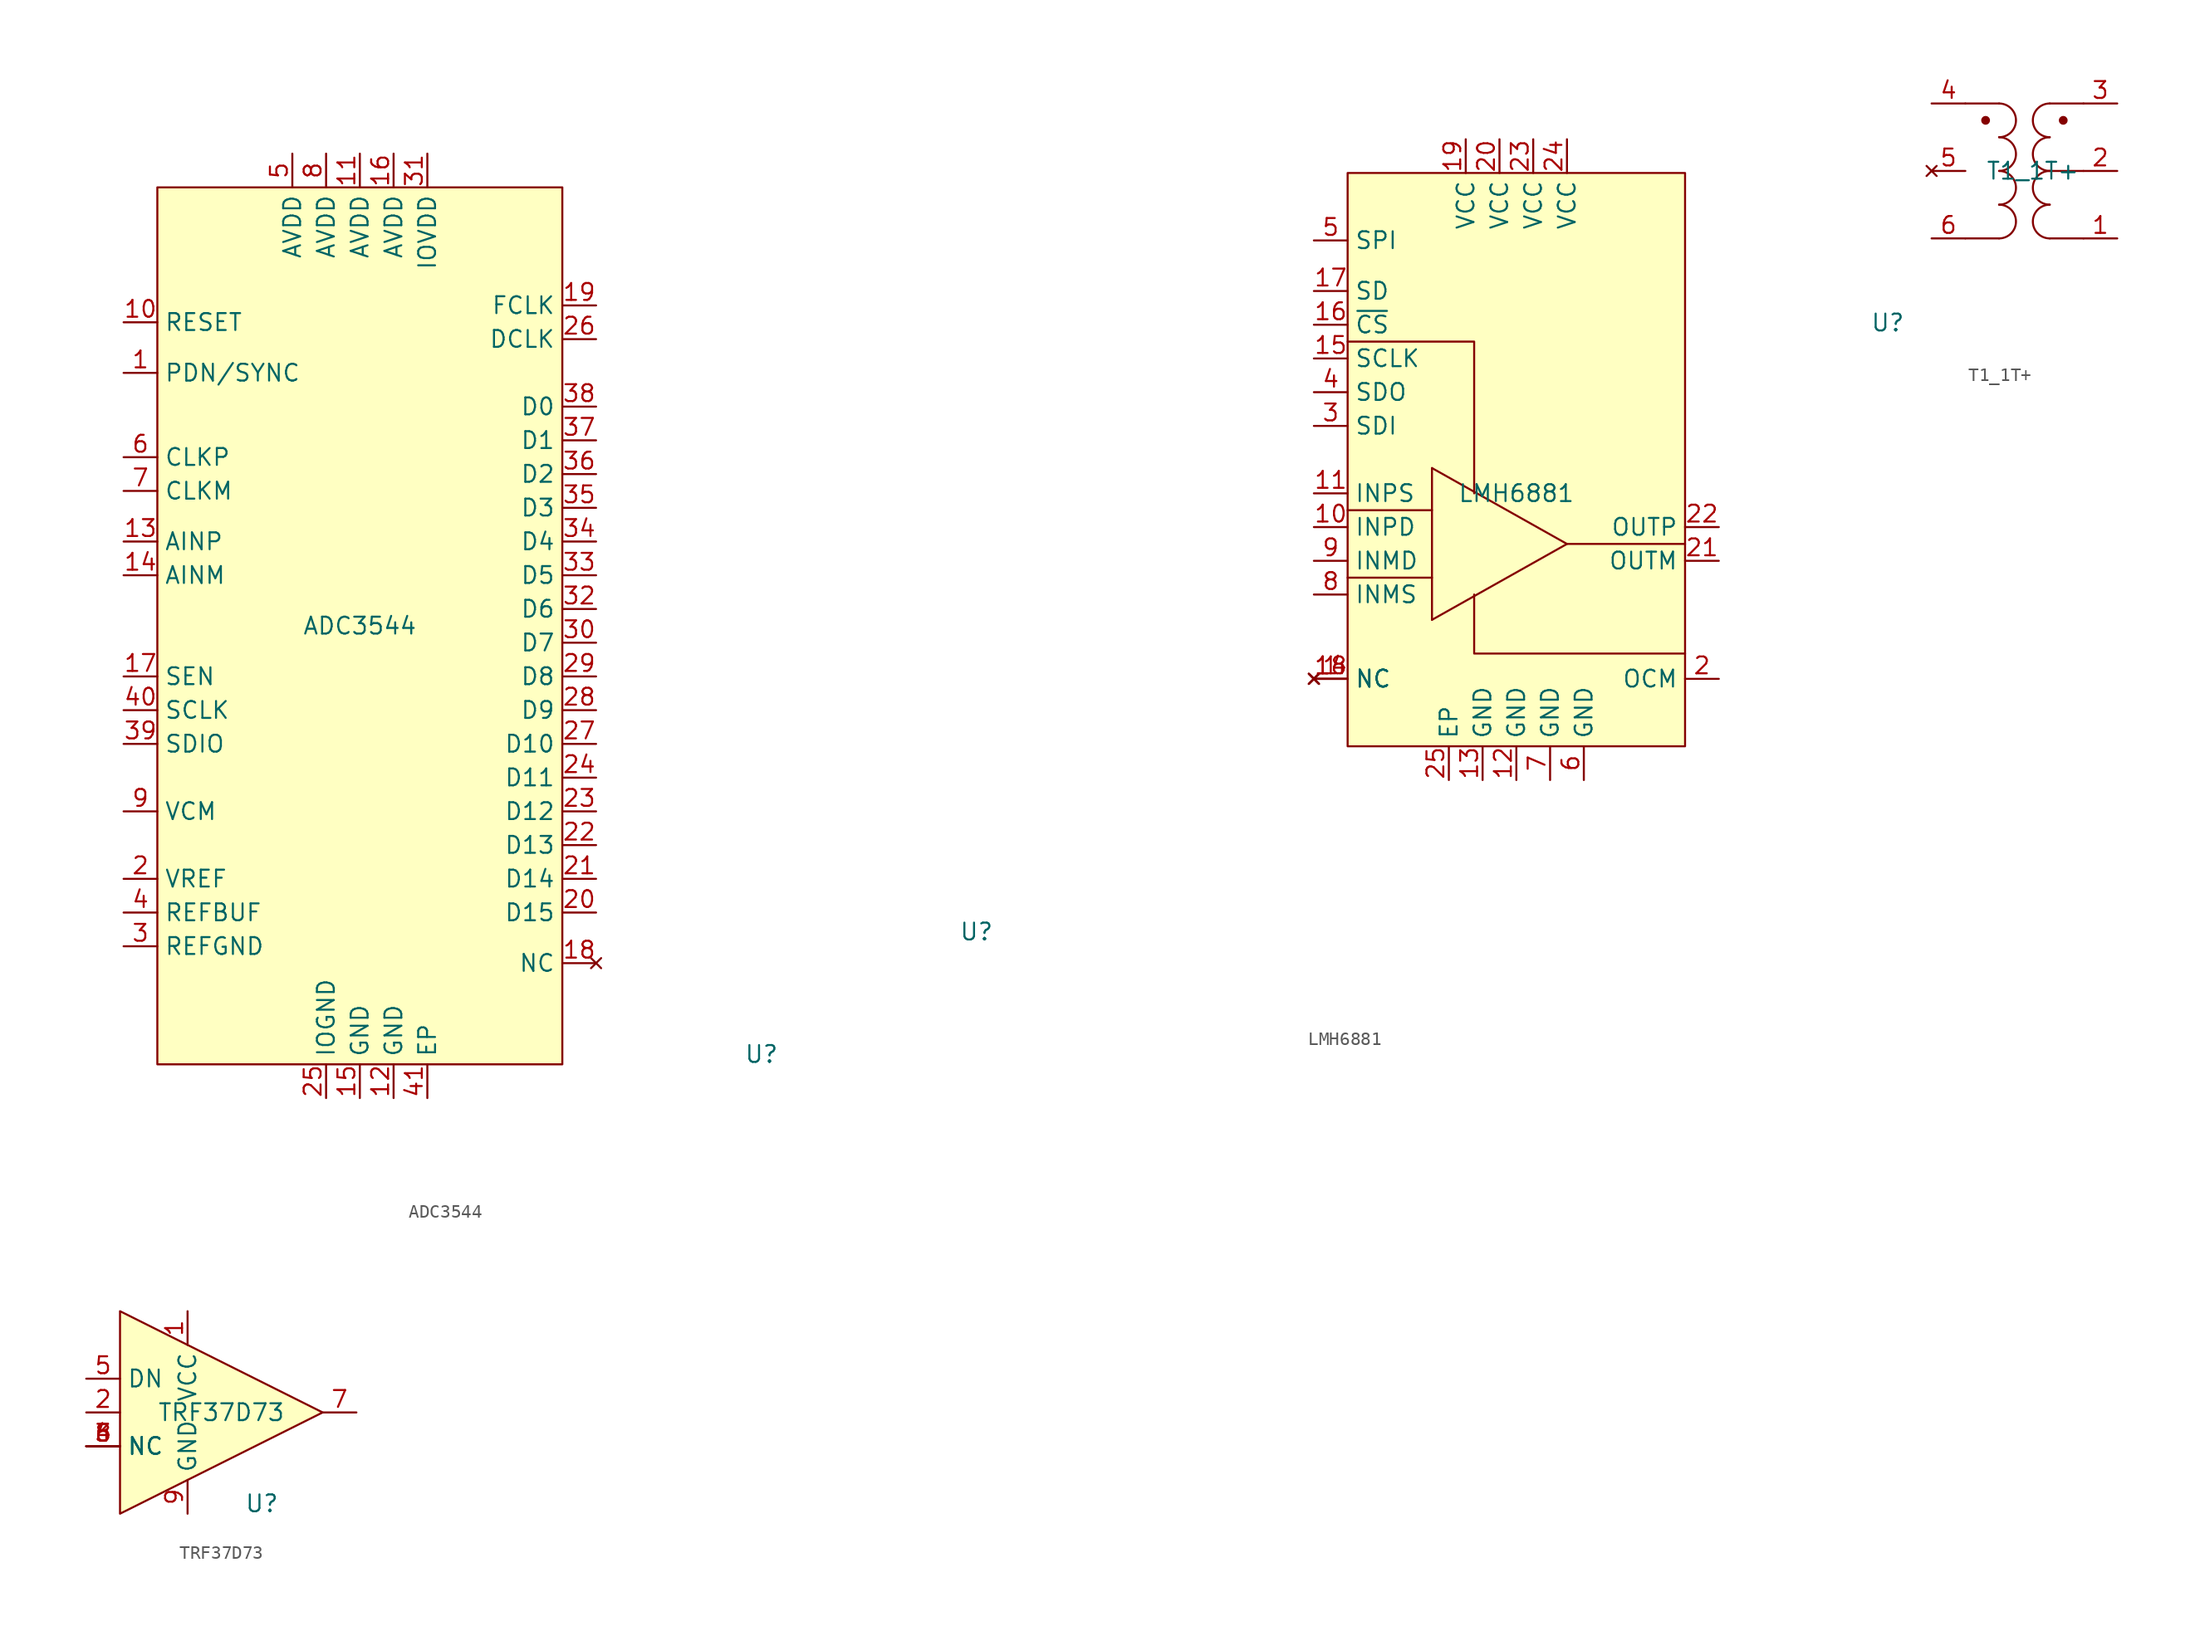
<source format=kicad_sym>
(kicad_symbol_lib
  (version 20241209)
  (generator "kicad_symbol_editor")
  (generator_version "9.0")
  (symbol "ADC3544"
    (property "Reference" "U"
      (at 30.226 -32.258 0)
      (effects (font (size 1.27 1.27))))
    (property "Value" "ADC3544"
      (at 0 0 0)
      (effects (font (size 1.27 1.27))))
    (symbol "ADC3544_0_0"
      (pin input line (at -17.78 22.86 0) (length 2.54) (name "RESET" (effects (font (size 1.27 1.27)))) (number "10" (effects (font (size 1.27 1.27)))))
      (pin input line (at -17.78 19.05 0) (length 2.54) (name "PDN/SYNC" (effects (font (size 1.27 1.27)))) (number "1" (effects (font (size 1.27 1.27)))))
      (pin input line (at -17.78 12.7 0) (length 2.54) (name "CLKP" (effects (font (size 1.27 1.27)))) (number "6" (effects (font (size 1.27 1.27)))))
      (pin input line (at -17.78 10.16 0) (length 2.54) (name "CLKM" (effects (font (size 1.27 1.27)))) (number "7" (effects (font (size 1.27 1.27)))))
      (pin input line (at -17.78 6.35 0) (length 2.54) (name "AINP" (effects (font (size 1.27 1.27)))) (number "13" (effects (font (size 1.27 1.27)))))
      (pin input line (at -17.78 3.81 0) (length 2.54) (name "AINM" (effects (font (size 1.27 1.27)))) (number "14" (effects (font (size 1.27 1.27)))))
      (pin input line (at -17.78 -3.81 0) (length 2.54) (name "SEN" (effects (font (size 1.27 1.27)))) (number "17" (effects (font (size 1.27 1.27)))))
      (pin input line (at -17.78 -6.35 0) (length 2.54) (name "SCLK" (effects (font (size 1.27 1.27)))) (number "40" (effects (font (size 1.27 1.27)))))
      (pin input line (at -17.78 -8.89 0) (length 2.54) (name "SDIO" (effects (font (size 1.27 1.27)))) (number "39" (effects (font (size 1.27 1.27)))))
      (pin output line (at -17.78 -13.97 0) (length 2.54) (name "VCM" (effects (font (size 1.27 1.27)))) (number "9" (effects (font (size 1.27 1.27)))))
      (pin passive line (at -17.78 -19.05 0) (length 2.54) (name "VREF" (effects (font (size 1.27 1.27)))) (number "2" (effects (font (size 1.27 1.27)))))
      (pin passive line (at -17.78 -21.59 0) (length 2.54) (name "REFBUF" (effects (font (size 1.27 1.27)))) (number "4" (effects (font (size 1.27 1.27)))))
      (pin passive line (at -17.78 -24.13 0) (length 2.54) (name "REFGND" (effects (font (size 1.27 1.27)))) (number "3" (effects (font (size 1.27 1.27)))))
      (pin power_in line (at -5.08 35.56 270) (length 2.54) (name "AVDD" (effects (font (size 1.27 1.27)))) (number "5" (effects (font (size 1.27 1.27)))))
      (pin power_in line (at -2.54 35.56 270) (length 2.54) (name "AVDD" (effects (font (size 1.27 1.27)))) (number "8" (effects (font (size 1.27 1.27)))))
      (pin passive line (at -2.54 -35.56 90) (length 2.54) (name "IOGND" (effects (font (size 1.27 1.27)))) (number "25" (effects (font (size 1.27 1.27)))))
      (pin power_in line (at 0 35.56 270) (length 2.54) (name "AVDD" (effects (font (size 1.27 1.27)))) (number "11" (effects (font (size 1.27 1.27)))))
      (pin passive line (at 0 -35.56 90) (length 2.54) (name "GND" (effects (font (size 1.27 1.27)))) (number "15" (effects (font (size 1.27 1.27)))))
      (pin power_in line (at 2.54 35.56 270) (length 2.54) (name "AVDD" (effects (font (size 1.27 1.27)))) (number "16" (effects (font (size 1.27 1.27)))))
      (pin passive line (at 2.54 -35.56 90) (length 2.54) (name "GND" (effects (font (size 1.27 1.27)))) (number "12" (effects (font (size 1.27 1.27)))))
      (pin power_in line (at 5.08 35.56 270) (length 2.54) (name "IOVDD" (effects (font (size 1.27 1.27)))) (number "31" (effects (font (size 1.27 1.27)))))
      (pin passive line (at 5.08 -35.56 90) (length 2.54) (name "EP" (effects (font (size 1.27 1.27)))) (number "41" (effects (font (size 1.27 1.27)))))
      (pin output line (at 17.78 24.13 180) (length 2.54) (name "FCLK" (effects (font (size 1.27 1.27)))) (number "19" (effects (font (size 1.27 1.27)))))
      (pin output line (at 17.78 21.59 180) (length 2.54) (name "DCLK" (effects (font (size 1.27 1.27)))) (number "26" (effects (font (size 1.27 1.27)))))
      (pin output line (at 17.78 16.51 180) (length 2.54) (name "D0" (effects (font (size 1.27 1.27)))) (number "38" (effects (font (size 1.27 1.27)))))
      (pin output line (at 17.78 13.97 180) (length 2.54) (name "D1" (effects (font (size 1.27 1.27)))) (number "37" (effects (font (size 1.27 1.27)))))
      (pin output line (at 17.78 11.43 180) (length 2.54) (name "D2" (effects (font (size 1.27 1.27)))) (number "36" (effects (font (size 1.27 1.27)))))
      (pin output line (at 17.78 8.89 180) (length 2.54) (name "D3" (effects (font (size 1.27 1.27)))) (number "35" (effects (font (size 1.27 1.27)))))
      (pin output line (at 17.78 6.35 180) (length 2.54) (name "D4" (effects (font (size 1.27 1.27)))) (number "34" (effects (font (size 1.27 1.27)))))
      (pin output line (at 17.78 3.81 180) (length 2.54) (name "D5" (effects (font (size 1.27 1.27)))) (number "33" (effects (font (size 1.27 1.27)))))
      (pin output line (at 17.78 1.27 180) (length 2.54) (name "D6" (effects (font (size 1.27 1.27)))) (number "32" (effects (font (size 1.27 1.27)))))
      (pin output line (at 17.78 -1.27 180) (length 2.54) (name "D7" (effects (font (size 1.27 1.27)))) (number "30" (effects (font (size 1.27 1.27)))))
      (pin output line (at 17.78 -3.81 180) (length 2.54) (name "D8" (effects (font (size 1.27 1.27)))) (number "29" (effects (font (size 1.27 1.27)))))
      (pin output line (at 17.78 -6.35 180) (length 2.54) (name "D9" (effects (font (size 1.27 1.27)))) (number "28" (effects (font (size 1.27 1.27)))))
      (pin output line (at 17.78 -8.89 180) (length 2.54) (name "D10" (effects (font (size 1.27 1.27)))) (number "27" (effects (font (size 1.27 1.27)))))
      (pin output line (at 17.78 -11.43 180) (length 2.54) (name "D11" (effects (font (size 1.27 1.27)))) (number "24" (effects (font (size 1.27 1.27)))))
      (pin output line (at 17.78 -13.97 180) (length 2.54) (name "D12" (effects (font (size 1.27 1.27)))) (number "23" (effects (font (size 1.27 1.27)))))
      (pin output line (at 17.78 -16.51 180) (length 2.54) (name "D13" (effects (font (size 1.27 1.27)))) (number "22" (effects (font (size 1.27 1.27)))))
      (pin output line (at 17.78 -19.05 180) (length 2.54) (name "D14" (effects (font (size 1.27 1.27)))) (number "21" (effects (font (size 1.27 1.27)))))
      (pin output line (at 17.78 -21.59 180) (length 2.54) (name "D15" (effects (font (size 1.27 1.27)))) (number "20" (effects (font (size 1.27 1.27))))))
    (symbol "ADC3544_0_1"
      (rectangle (start -15.24 33.02) (end 15.24 -33.02) (stroke (width 0) (type default)) (fill (type background))))
    (symbol "ADC3544_1_0"
      (pin no_connect line (at 17.78 -25.4 180) (length 2.54) (name "NC" (effects (font (size 1.27 1.27)))) (number "18" (effects (font (size 1.27 1.27)))))))
  (symbol "LMH6881"
    (property "Reference" "U"
      (at -40.64 -33.02 0)
      (effects (font (size 1.27 1.27))))
    (property "Value" "LMH6881"
      (at 0 0 0)
      (effects (font (size 1.27 1.27))))
    (symbol "LMH6881_0_0"
      (pin unspecified line (at -15.24 19.05 0) (length 2.54) (name "SPI" (effects (font (size 1.27 1.27)))) (number "5" (effects (font (size 1.27 1.27)))))
      (pin unspecified line (at -15.24 15.24 0) (length 2.54) (name "SD" (effects (font (size 1.27 1.27)))) (number "17" (effects (font (size 1.27 1.27)))))
      (pin unspecified line (at -15.24 12.7 0) (length 2.54) (name "~{CS}" (effects (font (size 1.27 1.27)))) (number "16" (effects (font (size 1.27 1.27)))))
      (pin unspecified line (at -15.24 10.16 0) (length 2.54) (name "SCLK" (effects (font (size 1.27 1.27)))) (number "15" (effects (font (size 1.27 1.27)))))
      (pin unspecified line (at -15.24 7.62 0) (length 2.54) (name "SDO" (effects (font (size 1.27 1.27)))) (number "4" (effects (font (size 1.27 1.27)))))
      (pin unspecified line (at -15.24 5.08 0) (length 2.54) (name "SDI" (effects (font (size 1.27 1.27)))) (number "3" (effects (font (size 1.27 1.27)))))
      (pin unspecified line (at -15.24 0 0) (length 2.54) (name "INPS" (effects (font (size 1.27 1.27)))) (number "11" (effects (font (size 1.27 1.27)))))
      (pin unspecified line (at -15.24 -2.54 0) (length 2.54) (name "INPD" (effects (font (size 1.27 1.27)))) (number "10" (effects (font (size 1.27 1.27)))))
      (pin unspecified line (at -15.24 -5.08 0) (length 2.54) (name "INMD" (effects (font (size 1.27 1.27)))) (number "9" (effects (font (size 1.27 1.27)))))
      (pin unspecified line (at -15.24 -7.62 0) (length 2.54) (name "INMS" (effects (font (size 1.27 1.27)))) (number "8" (effects (font (size 1.27 1.27)))))
      (pin no_connect line (at -15.24 -13.97 0) (length 2.54) (name "NC" (effects (font (size 1.27 1.27)))) (number "1" (effects (font (size 1.27 1.27)))))
      (pin no_connect line (at -15.24 -13.97 0) (length 2.54) (name "NC" (effects (font (size 1.27 1.27)))) (number "14" (effects (font (size 1.27 1.27)))))
      (pin no_connect line (at -15.24 -13.97 0) (length 2.54) (name "NC" (effects (font (size 1.27 1.27)))) (number "18" (effects (font (size 1.27 1.27)))))
      (pin power_in line (at -5.08 -21.59 90) (length 2.54) (name "EP" (effects (font (size 1.27 1.27)))) (number "25" (effects (font (size 1.27 1.27)))))
      (pin power_in line (at -3.81 26.67 270) (length 2.54) (name "VCC" (effects (font (size 1.27 1.27)))) (number "19" (effects (font (size 1.27 1.27)))))
      (pin power_in line (at -2.54 -21.59 90) (length 2.54) (name "GND" (effects (font (size 1.27 1.27)))) (number "13" (effects (font (size 1.27 1.27)))))
      (pin power_in line (at -1.27 26.67 270) (length 2.54) (name "VCC" (effects (font (size 1.27 1.27)))) (number "20" (effects (font (size 1.27 1.27)))))
      (pin power_in line (at 0 -21.59 90) (length 2.54) (name "GND" (effects (font (size 1.27 1.27)))) (number "12" (effects (font (size 1.27 1.27)))))
      (pin power_in line (at 1.27 26.67 270) (length 2.54) (name "VCC" (effects (font (size 1.27 1.27)))) (number "23" (effects (font (size 1.27 1.27)))))
      (pin power_in line (at 2.54 -21.59 90) (length 2.54) (name "GND" (effects (font (size 1.27 1.27)))) (number "7" (effects (font (size 1.27 1.27)))))
      (pin power_in line (at 3.81 26.67 270) (length 2.54) (name "VCC" (effects (font (size 1.27 1.27)))) (number "24" (effects (font (size 1.27 1.27)))))
      (pin power_in line (at 5.08 -21.59 90) (length 2.54) (name "GND" (effects (font (size 1.27 1.27)))) (number "6" (effects (font (size 1.27 1.27)))))
      (pin unspecified line (at 15.24 -2.54 180) (length 2.54) (name "OUTP" (effects (font (size 1.27 1.27)))) (number "22" (effects (font (size 1.27 1.27)))))
      (pin unspecified line (at 15.24 -5.08 180) (length 2.54) (name "OUTM" (effects (font (size 1.27 1.27)))) (number "21" (effects (font (size 1.27 1.27)))))
      (pin unspecified line (at 15.24 -13.97 180) (length 2.54) (name "OCM" (effects (font (size 1.27 1.27)))) (number "2" (effects (font (size 1.27 1.27))))))
    (symbol "LMH6881_0_1"
      (rectangle (start -12.7 24.13) (end 12.7 -19.05) (stroke (width 0) (type default)) (fill (type background)))
      (polyline (pts (xy -12.7 11.43) (xy -3.175 11.43) (xy -3.175 0)) (stroke (width 0) (type default)) (fill (type none)))
      (polyline (pts (xy -12.7 -1.27) (xy -6.35 -1.27)) (stroke (width 0) (type default)) (fill (type none)))
      (polyline (pts (xy -12.7 -6.35) (xy -6.35 -6.35)) (stroke (width 0) (type default)) (fill (type none)))
      (polyline (pts (xy -6.35 1.905) (xy -6.35 -9.525)) (stroke (width 0) (type default)) (fill (type none)))
      (polyline (pts (xy -6.35 -9.525) (xy 3.81 -3.81) (xy -6.35 1.905)) (stroke (width 0) (type default)) (fill (type none)))
      (polyline (pts (xy 3.81 -3.81) (xy 12.7 -3.81)) (stroke (width 0) (type default)) (fill (type none)))
      (polyline (pts (xy 12.7 -12.065) (xy -3.175 -12.065) (xy -3.175 -7.62)) (stroke (width 0) (type default)) (fill (type none)))))
  (symbol "T1_1T+"
    (property "Reference" "U"
      (at -10.922 -11.43 0)
      (effects (font (size 1.27 1.27))))
    (property "Value" "Τ1_1Τ+"
      (at 0 0 0)
      (effects (font (size 1.27 1.27))))
    (symbol "T1_1T+_0_1"
      (polyline (pts (xy -5.08 5.08) (xy -2.54 5.08)) (stroke (width 0) (type default)) (fill (type none)))
      (polyline (pts (xy -5.08 -5.08) (xy -2.54 -5.08)) (stroke (width 0) (type default)) (fill (type none)))
      (circle (center -3.556 3.81) (radius 0.254) (stroke (width 0) (type default)) (fill (type outline)))
      (arc (start -2.54 5.08) (mid -1.27 3.81) (end -2.54 2.54) (stroke (width 0) (type default)) (fill (type none)))
      (arc (start -2.54 2.54) (mid -1.27 1.27) (end -2.54 0) (stroke (width 0) (type default)) (fill (type none)))
      (arc (start -2.54 0) (mid -1.27 -1.27) (end -2.54 -2.54) (stroke (width 0) (type default)) (fill (type none)))
      (arc (start -2.54 -2.54) (mid -1.27 -3.81) (end -2.54 -5.08) (stroke (width 0) (type default)) (fill (type none)))
      (arc (start 1.27 2.54) (mid 0 3.81) (end 1.27 5.08) (stroke (width 0) (type default)) (fill (type none)))
      (arc (start 1.27 0) (mid 0 1.27) (end 1.27 2.54) (stroke (width 0) (type default)) (fill (type none)))
      (polyline (pts (xy 1.27 0) (xy 3.81 0)) (stroke (width 0) (type default)) (fill (type none)))
      (arc (start 1.27 -2.54) (mid 0 -1.27) (end 1.27 0) (stroke (width 0) (type default)) (fill (type none)))
      (arc (start 1.27 -5.08) (mid 0 -3.81) (end 1.27 -2.54) (stroke (width 0) (type default)) (fill (type none)))
      (circle (center 2.286 3.81) (radius 0.254) (stroke (width 0) (type default)) (fill (type outline)))
      (polyline (pts (xy 3.81 5.08) (xy 1.27 5.08)) (stroke (width 0) (type default)) (fill (type none)))
      (polyline (pts (xy 3.81 -5.08) (xy 1.27 -5.08)) (stroke (width 0) (type default)) (fill (type none))))
    (symbol "T1_1T+_1_0"
      (pin passive line (at -7.62 5.08 0) (length 2.54) (name "" (effects (font (size 1.27 1.27)))) (number "4" (effects (font (size 1.27 1.27)))))
      (pin no_connect line (at -7.62 0 0) (length 2.54) (name "" (effects (font (size 1.27 1.27)))) (number "5" (effects (font (size 1.27 1.27)))))
      (pin passive line (at -7.62 -5.08 0) (length 2.54) (name "" (effects (font (size 1.27 1.27)))) (number "6" (effects (font (size 1.27 1.27)))))
      (pin passive line (at 6.35 5.08 180) (length 2.54) (name "" (effects (font (size 1.27 1.27)))) (number "3" (effects (font (size 1.27 1.27)))))
      (pin passive line (at 6.35 0 180) (length 2.54) (name "" (effects (font (size 1.27 1.27)))) (number "2" (effects (font (size 1.27 1.27)))))
      (pin passive line (at 6.35 -5.08 180) (length 2.54) (name "" (effects (font (size 1.27 1.27)))) (number "1" (effects (font (size 1.27 1.27)))))))
  (symbol "TRF37D73"
    (property "Reference" "U"
      (at 3.048 -6.858 0)
      (effects (font (size 1.27 1.27))))
    (property "Value" "TRF37D73"
      (at 0 0 0)
      (effects (font (size 1.27 1.27))))
    (symbol "TRF37D73_0_0"
      (pin passive line (at -10.16 -2.54 0) (length 2.54) (name "NC" (effects (font (size 1.27 1.27)))) (number "3" (effects (font (size 1.27 1.27)))))
      (pin passive line (at -10.16 -2.54 0) (length 2.54) (name "NC" (effects (font (size 1.27 1.27)))) (number "4" (effects (font (size 1.27 1.27)))))
      (pin passive line (at -10.16 -2.54 0) (length 2.54) (name "NC" (effects (font (size 1.27 1.27)))) (number "6" (effects (font (size 1.27 1.27)))))
      (pin passive line (at -10.16 -2.54 0) (length 2.54) (name "NC" (effects (font (size 1.27 1.27)))) (number "8" (effects (font (size 1.27 1.27)))))
      (pin power_in line (at -2.54 7.62 270) (length 2.54) (name "VCC" (effects (font (size 1.27 1.27)))) (number "1" (effects (font (size 1.27 1.27)))))
      (pin passive line (at -2.54 -7.62 90) (length 2.54) (name "GND" (effects (font (size 1.27 1.27)))) (number "9" (effects (font (size 1.27 1.27))))))
    (symbol "TRF37D73_0_1"
      (polyline (pts (xy -7.62 7.62) (xy -7.62 -7.62) (xy 7.62 0) (xy -7.62 7.62)) (stroke (width 0) (type default)) (fill (type background))))
    (symbol "TRF37D73_1_0"
      (pin input line (at -10.16 2.54 0) (length 2.54) (name "DN" (effects (font (size 1.27 1.27)))) (number "5" (effects (font (size 1.27 1.27)))))
      (pin input line (at -10.16 0 0) (length 2.54) (name "" (effects (font (size 1.27 1.27)))) (number "2" (effects (font (size 1.27 1.27)))))
      (pin output line (at 10.16 0 180) (length 2.54) (name "" (effects (font (size 1.27 1.27)))) (number "7" (effects (font (size 1.27 1.27))))))))
</source>
